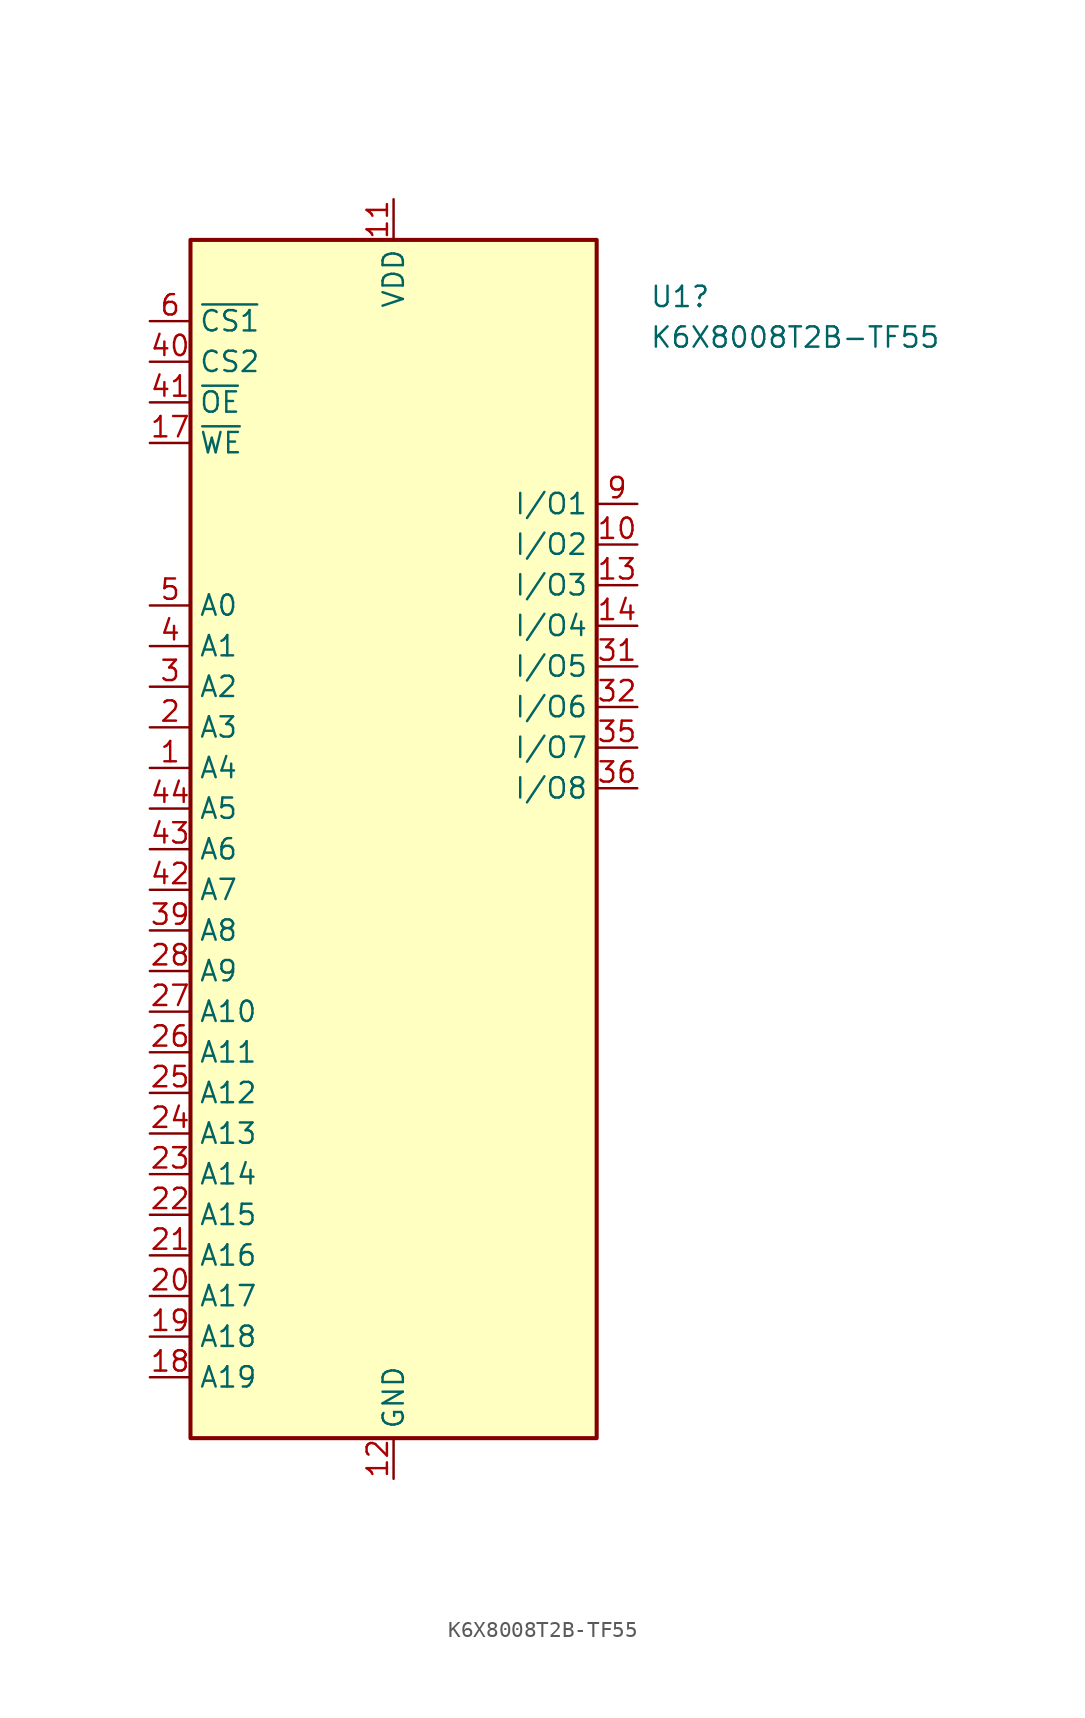
<source format=kicad_sym>
(kicad_symbol_lib
  (version 20231120)
  (generator "kicad_symbol_editor")
  (generator_version "8.0")
  (symbol "K6X8008T2B-TF55"
    (property "Reference" "U1"
      (at 16.002 40.894 0)
      (effects (font (size 1.27 1.27)) (justify left)))
    (property "Value" "K6X8008T2B-TF55"
      (at 16.002 38.354 0)
      (effects (font (size 1.27 1.27)) (justify left)))
    (symbol "K6X8008T2B-TF55_0_1"
      (rectangle (start -12.7 44.45) (end 12.7 -30.48) (stroke (width 0.254) (type default)) (fill (type background))))
    (symbol "K6X8008T2B-TF55_1_1"
      (pin input line (at -15.24 11.43 0) (length 2.54) (name "A4" (effects (font (size 1.27 1.27)))) (number "1" (effects (font (size 1.27 1.27)))))
      (pin bidirectional line (at 15.24 25.4 180) (length 2.54) (name "I/O2" (effects (font (size 1.27 1.27)))) (number "10" (effects (font (size 1.27 1.27)))))
      (pin power_in line (at 0 46.99 270) (length 2.54) (name "VDD" (effects (font (size 1.27 1.27)))) (number "11" (effects (font (size 1.27 1.27)))))
      (pin power_in line (at 0 -33.02 90) (length 2.54) (name "GND" (effects (font (size 1.27 1.27)))) (number "12" (effects (font (size 1.27 1.27)))))
      (pin bidirectional line (at 15.24 22.86 180) (length 2.54) (name "I/O3" (effects (font (size 1.27 1.27)))) (number "13" (effects (font (size 1.27 1.27)))))
      (pin bidirectional line (at 15.24 20.32 180) (length 2.54) (name "I/O4" (effects (font (size 1.27 1.27)))) (number "14" (effects (font (size 1.27 1.27)))))
      (pin no_connect line (at 12.7 -22.86 180) (length 2.54) hide (name "NC" (effects (font (size 1.27 1.27)))) (number "15" (effects (font (size 1.27 1.27)))))
      (pin no_connect line (at 12.7 -20.32 180) (length 2.54) hide (name "NC" (effects (font (size 1.27 1.27)))) (number "16" (effects (font (size 1.27 1.27)))))
      (pin input line (at -15.24 31.75 0) (length 2.54) (name "~{WE}" (effects (font (size 1.27 1.27)))) (number "17" (effects (font (size 1.27 1.27)))))
      (pin input line (at -15.24 -26.67 0) (length 2.54) (name "A19" (effects (font (size 1.27 1.27)))) (number "18" (effects (font (size 1.27 1.27)))))
      (pin input line (at -15.24 -24.13 0) (length 2.54) (name "A18" (effects (font (size 1.27 1.27)))) (number "19" (effects (font (size 1.27 1.27)))))
      (pin input line (at -15.24 13.97 0) (length 2.54) (name "A3" (effects (font (size 1.27 1.27)))) (number "2" (effects (font (size 1.27 1.27)))))
      (pin input line (at -15.24 -21.59 0) (length 2.54) (name "A17" (effects (font (size 1.27 1.27)))) (number "20" (effects (font (size 1.27 1.27)))))
      (pin input line (at -15.24 -19.05 0) (length 2.54) (name "A16" (effects (font (size 1.27 1.27)))) (number "21" (effects (font (size 1.27 1.27)))))
      (pin input line (at -15.24 -16.51 0) (length 2.54) (name "A15" (effects (font (size 1.27 1.27)))) (number "22" (effects (font (size 1.27 1.27)))))
      (pin input line (at -15.24 -13.97 0) (length 2.54) (name "A14" (effects (font (size 1.27 1.27)))) (number "23" (effects (font (size 1.27 1.27)))))
      (pin input line (at -15.24 -11.43 0) (length 2.54) (name "A13" (effects (font (size 1.27 1.27)))) (number "24" (effects (font (size 1.27 1.27)))))
      (pin input line (at -15.24 -8.89 0) (length 2.54) (name "A12" (effects (font (size 1.27 1.27)))) (number "25" (effects (font (size 1.27 1.27)))))
      (pin input line (at -15.24 -6.35 0) (length 2.54) (name "A11" (effects (font (size 1.27 1.27)))) (number "26" (effects (font (size 1.27 1.27)))))
      (pin input line (at -15.24 -3.81 0) (length 2.54) (name "A10" (effects (font (size 1.27 1.27)))) (number "27" (effects (font (size 1.27 1.27)))))
      (pin input line (at -15.24 -1.27 0) (length 2.54) (name "A9" (effects (font (size 1.27 1.27)))) (number "28" (effects (font (size 1.27 1.27)))))
      (pin no_connect line (at 12.7 -17.78 180) (length 2.54) hide (name "NC" (effects (font (size 1.27 1.27)))) (number "29" (effects (font (size 1.27 1.27)))))
      (pin input line (at -15.24 16.51 0) (length 2.54) (name "A2" (effects (font (size 1.27 1.27)))) (number "3" (effects (font (size 1.27 1.27)))))
      (pin no_connect line (at 12.7 -15.24 180) (length 2.54) hide (name "NC" (effects (font (size 1.27 1.27)))) (number "30" (effects (font (size 1.27 1.27)))))
      (pin bidirectional line (at 15.24 17.78 180) (length 2.54) (name "I/O5" (effects (font (size 1.27 1.27)))) (number "31" (effects (font (size 1.27 1.27)))))
      (pin bidirectional line (at 15.24 15.24 180) (length 2.54) (name "I/O6" (effects (font (size 1.27 1.27)))) (number "32" (effects (font (size 1.27 1.27)))))
      (pin passive line (at 0 46.99 270) (length 2.54) hide (name "VDD" (effects (font (size 1.27 1.27)))) (number "33" (effects (font (size 1.27 1.27)))))
      (pin passive line (at 0 -33.02 90) (length 2.54) hide (name "GND" (effects (font (size 1.27 1.27)))) (number "34" (effects (font (size 1.27 1.27)))))
      (pin bidirectional line (at 15.24 12.7 180) (length 2.54) (name "I/O7" (effects (font (size 1.27 1.27)))) (number "35" (effects (font (size 1.27 1.27)))))
      (pin bidirectional line (at 15.24 10.16 180) (length 2.54) (name "I/O8" (effects (font (size 1.27 1.27)))) (number "36" (effects (font (size 1.27 1.27)))))
      (pin no_connect line (at 12.7 -12.7 180) (length 2.54) hide (name "NC" (effects (font (size 1.27 1.27)))) (number "37" (effects (font (size 1.27 1.27)))))
      (pin no_connect line (at 12.7 -10.16 180) (length 2.54) hide (name "NC" (effects (font (size 1.27 1.27)))) (number "38" (effects (font (size 1.27 1.27)))))
      (pin input line (at -15.24 1.27 0) (length 2.54) (name "A8" (effects (font (size 1.27 1.27)))) (number "39" (effects (font (size 1.27 1.27)))))
      (pin input line (at -15.24 19.05 0) (length 2.54) (name "A1" (effects (font (size 1.27 1.27)))) (number "4" (effects (font (size 1.27 1.27)))))
      (pin input line (at -15.24 36.83 0) (length 2.54) (name "CS2" (effects (font (size 1.27 1.27)))) (number "40" (effects (font (size 1.27 1.27)))))
      (pin input line (at -15.24 34.29 0) (length 2.54) (name "~{OE}" (effects (font (size 1.27 1.27)))) (number "41" (effects (font (size 1.27 1.27)))))
      (pin input line (at -15.24 3.81 0) (length 2.54) (name "A7" (effects (font (size 1.27 1.27)))) (number "42" (effects (font (size 1.27 1.27)))))
      (pin input line (at -15.24 6.35 0) (length 2.54) (name "A6" (effects (font (size 1.27 1.27)))) (number "43" (effects (font (size 1.27 1.27)))))
      (pin input line (at -15.24 8.89 0) (length 2.54) (name "A5" (effects (font (size 1.27 1.27)))) (number "44" (effects (font (size 1.27 1.27)))))
      (pin input line (at -15.24 21.59 0) (length 2.54) (name "A0" (effects (font (size 1.27 1.27)))) (number "5" (effects (font (size 1.27 1.27)))))
      (pin input line (at -15.24 39.37 0) (length 2.54) (name "~{CS1}" (effects (font (size 1.27 1.27)))) (number "6" (effects (font (size 1.27 1.27)))))
      (pin no_connect line (at 12.7 -27.94 180) (length 2.54) hide (name "NC" (effects (font (size 1.27 1.27)))) (number "7" (effects (font (size 1.27 1.27)))))
      (pin no_connect line (at 12.7 -25.4 180) (length 2.54) hide (name "NC" (effects (font (size 1.27 1.27)))) (number "8" (effects (font (size 1.27 1.27)))))
      (pin bidirectional line (at 15.24 27.94 180) (length 2.54) (name "I/O1" (effects (font (size 1.27 1.27)))) (number "9" (effects (font (size 1.27 1.27))))))))
</source>
